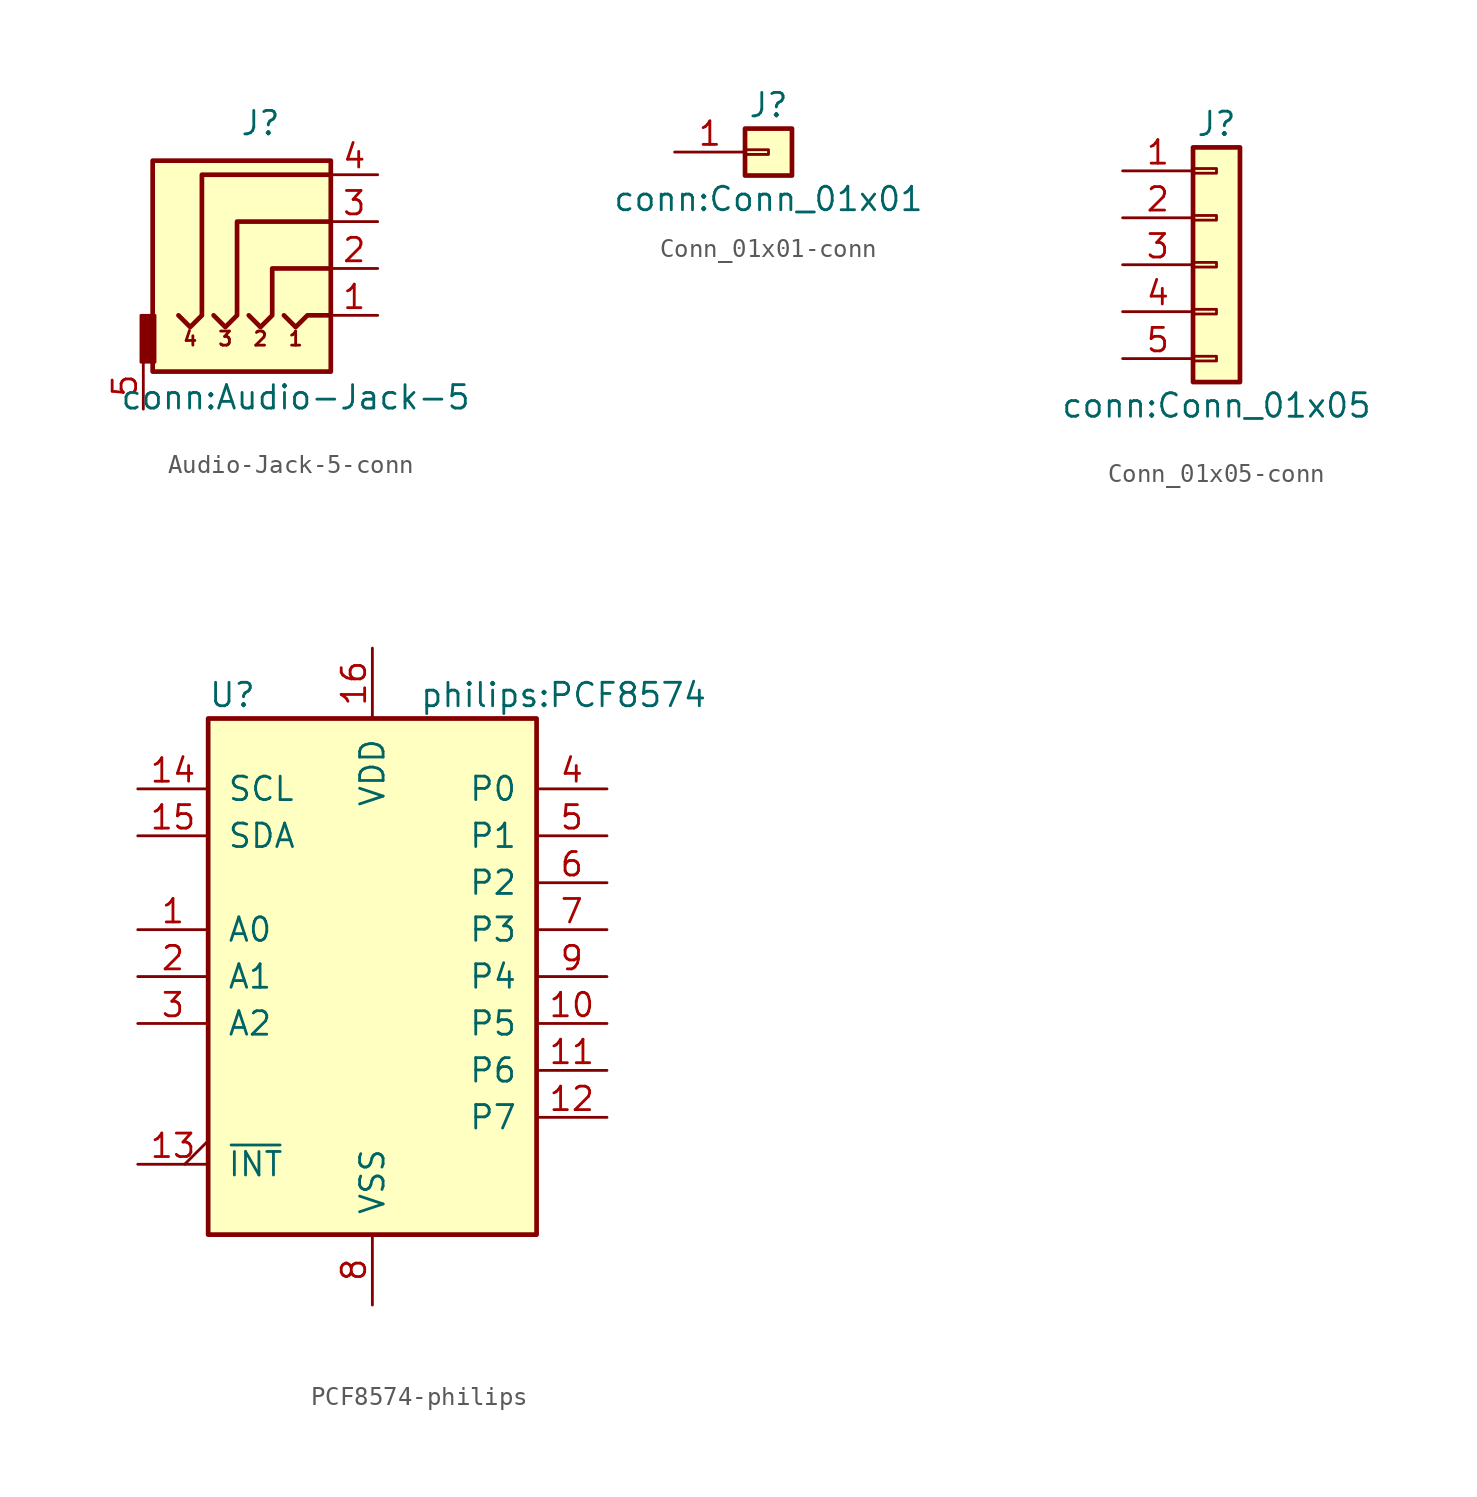
<source format=kicad_sym>
(kicad_symbol_lib
  (version 20220914)
  (generator kicad_symbol_editor)
  (symbol "Audio-Jack-5-conn"
    (pin_names
      (offset 1.016))
    (property "Reference" "J"
      (at -1.27 5.334 0)
      (effects (font (size 1.27 1.27))))
    (property "Value" "conn:Audio-Jack-5"
      (at 0.635 -9.525 0)
      (effects (font (size 1.27 1.27))))
    (symbol "Audio-Jack-5-conn_0_0"
      (rectangle (start -7.112 -8.128) (end 2.54 3.302) (stroke (width 0.254) (type solid)) (fill (type background)))
      (text "1" (at 0.635 -6.35 0) (effects (font (size 0.762 0.762))))
      (text "2" (at -1.27 -6.35 0) (effects (font (size 0.762 0.762))))
      (text "3" (at -3.175 -6.35 0) (effects (font (size 0.762 0.762))))
      (text "4" (at -5.08 -6.35 0) (effects (font (size 0.762 0.762)))))
    (symbol "Audio-Jack-5-conn_0_1"
      (rectangle (start -6.985 -7.62) (end -7.747 -5.08) (stroke (width 0) (type solid)) (fill (type outline)))
      (polyline (pts (xy 0 -5.08) (xy 0.635 -5.715) (xy 1.27 -5.08) (xy 2.54 -5.08)) (stroke (width 0.254) (type solid)) (fill (type none)))
      (polyline (pts (xy -1.905 -5.08) (xy -1.27 -5.715) (xy -0.635 -5.08) (xy -0.635 -2.54) (xy 2.54 -2.54)) (stroke (width 0.254) (type solid)) (fill (type none)))
      (polyline (pts (xy 2.54 0) (xy -2.54 0) (xy -2.54 -5.08) (xy -3.175 -5.715) (xy -3.81 -5.08)) (stroke (width 0.254) (type solid)) (fill (type none)))
      (polyline (pts (xy 2.54 2.54) (xy -4.445 2.54) (xy -4.445 -5.08) (xy -5.08 -5.715) (xy -5.715 -5.08)) (stroke (width 0.254) (type solid)) (fill (type none))))
    (symbol "Audio-Jack-5-conn_1_1"
      (pin passive line (at 5.08 -5.08 180) (length 2.54) (name "~" (effects (font (size 1.27 1.27)))) (number "1" (effects (font (size 1.27 1.27)))))
      (pin passive line (at 5.08 -2.54 180) (length 2.54) (name "~" (effects (font (size 1.27 1.27)))) (number "2" (effects (font (size 1.27 1.27)))))
      (pin passive line (at 5.08 0 180) (length 2.54) (name "~" (effects (font (size 1.27 1.27)))) (number "3" (effects (font (size 1.27 1.27)))))
      (pin passive line (at 5.08 2.54 180) (length 2.54) (name "~" (effects (font (size 1.27 1.27)))) (number "4" (effects (font (size 1.27 1.27)))))
      (pin passive line (at -7.62 -10.16 90) (length 2.54) (name "~" (effects (font (size 1.27 1.27)))) (number "5" (effects (font (size 1.27 1.27)))))))
  (symbol "Conn_01x01-conn"
    (pin_names
      (offset 1.016) hide)
    (property "Reference" "J"
      (at 0 2.54 0)
      (effects (font (size 1.27 1.27))))
    (property "Value" "conn:Conn_01x01"
      (at 0 -2.54 0)
      (effects (font (size 1.27 1.27))))
    (symbol "Conn_01x01-conn_1_1"
      (rectangle (start -1.27 0.127) (end 0 -0.127) (stroke (width 0.152) (type solid)) (fill (type none)))
      (rectangle (start -1.27 1.27) (end 1.27 -1.27) (stroke (width 0.254) (type solid)) (fill (type background)))
      (pin passive line (at -5.08 0 0) (length 3.81) (name "Pin_1" (effects (font (size 1.27 1.27)))) (number "1" (effects (font (size 1.27 1.27)))))))
  (symbol "Conn_01x05-conn"
    (pin_names
      (offset 1.016) hide)
    (property "Reference" "J"
      (at 0 7.62 0)
      (effects (font (size 1.27 1.27))))
    (property "Value" "conn:Conn_01x05"
      (at 0 -7.62 0)
      (effects (font (size 1.27 1.27))))
    (symbol "Conn_01x05-conn_1_1"
      (rectangle (start -1.27 -4.953) (end 0 -5.207) (stroke (width 0.152) (type solid)) (fill (type none)))
      (rectangle (start -1.27 -2.413) (end 0 -2.667) (stroke (width 0.152) (type solid)) (fill (type none)))
      (rectangle (start -1.27 0.127) (end 0 -0.127) (stroke (width 0.152) (type solid)) (fill (type none)))
      (rectangle (start -1.27 2.667) (end 0 2.413) (stroke (width 0.152) (type solid)) (fill (type none)))
      (rectangle (start -1.27 5.207) (end 0 4.953) (stroke (width 0.152) (type solid)) (fill (type none)))
      (rectangle (start -1.27 6.35) (end 1.27 -6.35) (stroke (width 0.254) (type solid)) (fill (type background)))
      (pin passive line (at -5.08 5.08 0) (length 3.81) (name "Pin_1" (effects (font (size 1.27 1.27)))) (number "1" (effects (font (size 1.27 1.27)))))
      (pin passive line (at -5.08 2.54 0) (length 3.81) (name "Pin_2" (effects (font (size 1.27 1.27)))) (number "2" (effects (font (size 1.27 1.27)))))
      (pin passive line (at -5.08 0 0) (length 3.81) (name "Pin_3" (effects (font (size 1.27 1.27)))) (number "3" (effects (font (size 1.27 1.27)))))
      (pin passive line (at -5.08 -2.54 0) (length 3.81) (name "Pin_4" (effects (font (size 1.27 1.27)))) (number "4" (effects (font (size 1.27 1.27)))))
      (pin passive line (at -5.08 -5.08 0) (length 3.81) (name "Pin_5" (effects (font (size 1.27 1.27)))) (number "5" (effects (font (size 1.27 1.27)))))))
  (symbol "PCF8574-philips"
    (pin_names
      (offset 1.016))
    (property "Reference" "U"
      (at -8.89 15.24 0)
      (effects (font (size 1.27 1.27)) (justify left)))
    (property "Value" "philips:PCF8574"
      (at 2.54 15.24 0)
      (effects (font (size 1.27 1.27)) (justify left)))
    (symbol "PCF8574-philips_0_1"
      (rectangle (start -8.89 -13.97) (end 8.89 13.97) (stroke (width 0.254) (type solid)) (fill (type background))))
    (symbol "PCF8574-philips_1_1"
      (pin input line (at -12.7 2.54 0) (length 3.81) (name "A0" (effects (font (size 1.27 1.27)))) (number "1" (effects (font (size 1.27 1.27)))))
      (pin bidirectional line (at 12.7 -2.54 180) (length 3.81) (name "P5" (effects (font (size 1.27 1.27)))) (number "10" (effects (font (size 1.27 1.27)))))
      (pin bidirectional line (at 12.7 -5.08 180) (length 3.81) (name "P6" (effects (font (size 1.27 1.27)))) (number "11" (effects (font (size 1.27 1.27)))))
      (pin bidirectional line (at 12.7 -7.62 180) (length 3.81) (name "P7" (effects (font (size 1.27 1.27)))) (number "12" (effects (font (size 1.27 1.27)))))
      (pin open_collector output_low (at -12.7 -10.16 0) (length 3.81) (name "~{INT}" (effects (font (size 1.27 1.27)))) (number "13" (effects (font (size 1.27 1.27)))))
      (pin input line (at -12.7 10.16 0) (length 3.81) (name "SCL" (effects (font (size 1.27 1.27)))) (number "14" (effects (font (size 1.27 1.27)))))
      (pin bidirectional line (at -12.7 7.62 0) (length 3.81) (name "SDA" (effects (font (size 1.27 1.27)))) (number "15" (effects (font (size 1.27 1.27)))))
      (pin power_in line (at 0 17.78 270) (length 3.81) (name "VDD" (effects (font (size 1.27 1.27)))) (number "16" (effects (font (size 1.27 1.27)))))
      (pin input line (at -12.7 0 0) (length 3.81) (name "A1" (effects (font (size 1.27 1.27)))) (number "2" (effects (font (size 1.27 1.27)))))
      (pin input line (at -12.7 -2.54 0) (length 3.81) (name "A2" (effects (font (size 1.27 1.27)))) (number "3" (effects (font (size 1.27 1.27)))))
      (pin bidirectional line (at 12.7 10.16 180) (length 3.81) (name "P0" (effects (font (size 1.27 1.27)))) (number "4" (effects (font (size 1.27 1.27)))))
      (pin bidirectional line (at 12.7 7.62 180) (length 3.81) (name "P1" (effects (font (size 1.27 1.27)))) (number "5" (effects (font (size 1.27 1.27)))))
      (pin bidirectional line (at 12.7 5.08 180) (length 3.81) (name "P2" (effects (font (size 1.27 1.27)))) (number "6" (effects (font (size 1.27 1.27)))))
      (pin bidirectional line (at 12.7 2.54 180) (length 3.81) (name "P3" (effects (font (size 1.27 1.27)))) (number "7" (effects (font (size 1.27 1.27)))))
      (pin power_in line (at 0 -17.78 90) (length 3.81) (name "VSS" (effects (font (size 1.27 1.27)))) (number "8" (effects (font (size 1.27 1.27)))))
      (pin bidirectional line (at 12.7 0 180) (length 3.81) (name "P4" (effects (font (size 1.27 1.27)))) (number "9" (effects (font (size 1.27 1.27))))))))
</source>
